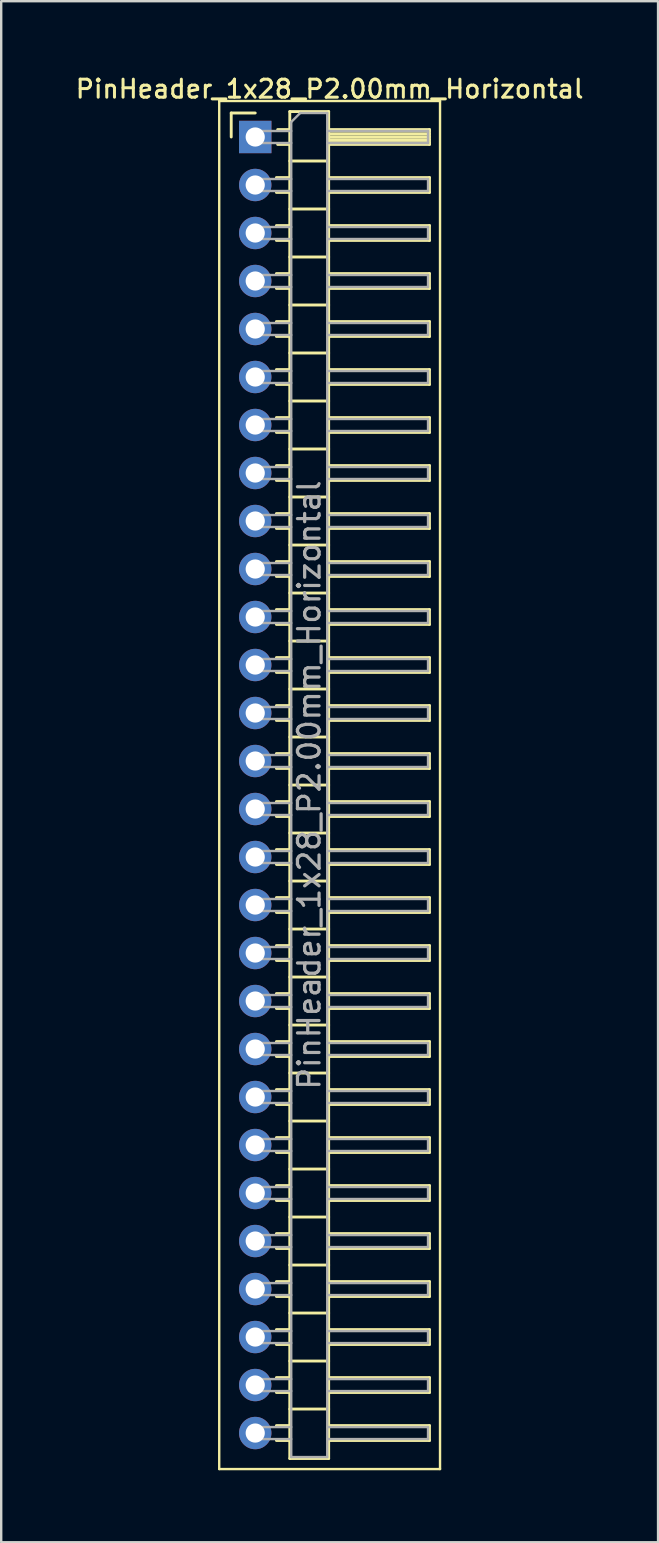
<source format=kicad_pcb>
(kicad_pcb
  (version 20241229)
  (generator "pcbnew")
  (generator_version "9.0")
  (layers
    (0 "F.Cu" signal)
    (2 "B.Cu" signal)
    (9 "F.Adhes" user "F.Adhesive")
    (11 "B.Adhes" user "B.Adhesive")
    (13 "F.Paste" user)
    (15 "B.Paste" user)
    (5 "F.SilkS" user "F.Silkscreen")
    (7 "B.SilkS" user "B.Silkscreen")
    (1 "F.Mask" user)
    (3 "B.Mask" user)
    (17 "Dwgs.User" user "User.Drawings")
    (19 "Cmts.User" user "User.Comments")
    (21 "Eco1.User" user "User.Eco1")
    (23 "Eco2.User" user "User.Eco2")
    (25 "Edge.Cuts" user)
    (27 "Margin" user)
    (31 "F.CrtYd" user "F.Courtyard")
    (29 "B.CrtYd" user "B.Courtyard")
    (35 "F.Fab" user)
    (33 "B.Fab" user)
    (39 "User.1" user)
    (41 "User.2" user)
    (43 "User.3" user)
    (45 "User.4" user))
  (footprint "PinHeader_1x28_P2.00mm_Horizontal"
    (layer "F.Cu")
    (at 7.584 2.658)
    (property "Reference" "PinHeader_1x28_P2.00mm_Horizontal" (at 3.1 -2 0) (layer "F.SilkS") (effects (font (size 0.75 0.75) (thickness 0.125))))
    (attr through_hole)
    (fp_line (start -1.5 -1.5) (end -1.5 55.5) (stroke (width 0.1) (type solid)) (layer "F.SilkS"))
    (fp_line (start -1.5 55.5) (end 7.7 55.5) (stroke (width 0.1) (type solid)) (layer "F.SilkS"))
    (fp_line (start -1 -1) (end 0 -1) (stroke (width 0.12) (type solid)) (layer "F.SilkS"))
    (fp_line (start -1 0) (end -1 -1) (stroke (width 0.12) (type solid)) (layer "F.SilkS"))
    (fp_line (start 0.882 1.69) (end 1.44 1.69) (stroke (width 0.12) (type solid)) (layer "F.SilkS"))
    (fp_line (start 0.882 2.31) (end 1.44 2.31) (stroke (width 0.12) (type solid)) (layer "F.SilkS"))
    (fp_line (start 0.882 3.69) (end 1.44 3.69) (stroke (width 0.12) (type solid)) (layer "F.SilkS"))
    (fp_line (start 0.882 4.31) (end 1.44 4.31) (stroke (width 0.12) (type solid)) (layer "F.SilkS"))
    (fp_line (start 0.882 5.69) (end 1.44 5.69) (stroke (width 0.12) (type solid)) (layer "F.SilkS"))
    (fp_line (start 0.882 6.31) (end 1.44 6.31) (stroke (width 0.12) (type solid)) (layer "F.SilkS"))
    (fp_line (start 0.882 7.69) (end 1.44 7.69) (stroke (width 0.12) (type solid)) (layer "F.SilkS"))
    (fp_line (start 0.882 8.31) (end 1.44 8.31) (stroke (width 0.12) (type solid)) (layer "F.SilkS"))
    (fp_line (start 0.882 9.69) (end 1.44 9.69) (stroke (width 0.12) (type solid)) (layer "F.SilkS"))
    (fp_line (start 0.882 10.31) (end 1.44 10.31) (stroke (width 0.12) (type solid)) (layer "F.SilkS"))
    (fp_line (start 0.882 11.69) (end 1.44 11.69) (stroke (width 0.12) (type solid)) (layer "F.SilkS"))
    (fp_line (start 0.882 12.31) (end 1.44 12.31) (stroke (width 0.12) (type solid)) (layer "F.SilkS"))
    (fp_line (start 0.882 13.69) (end 1.44 13.69) (stroke (width 0.12) (type solid)) (layer "F.SilkS"))
    (fp_line (start 0.882 14.31) (end 1.44 14.31) (stroke (width 0.12) (type solid)) (layer "F.SilkS"))
    (fp_line (start 0.882 15.69) (end 1.44 15.69) (stroke (width 0.12) (type solid)) (layer "F.SilkS"))
    (fp_line (start 0.882 16.31) (end 1.44 16.31) (stroke (width 0.12) (type solid)) (layer "F.SilkS"))
    (fp_line (start 0.882 17.69) (end 1.44 17.69) (stroke (width 0.12) (type solid)) (layer "F.SilkS"))
    (fp_line (start 0.882 18.31) (end 1.44 18.31) (stroke (width 0.12) (type solid)) (layer "F.SilkS"))
    (fp_line (start 0.882 19.69) (end 1.44 19.69) (stroke (width 0.12) (type solid)) (layer "F.SilkS"))
    (fp_line (start 0.882 20.31) (end 1.44 20.31) (stroke (width 0.12) (type solid)) (layer "F.SilkS"))
    (fp_line (start 0.882 21.69) (end 1.44 21.69) (stroke (width 0.12) (type solid)) (layer "F.SilkS"))
    (fp_line (start 0.882 22.31) (end 1.44 22.31) (stroke (width 0.12) (type solid)) (layer "F.SilkS"))
    (fp_line (start 0.882 23.69) (end 1.44 23.69) (stroke (width 0.12) (type solid)) (layer "F.SilkS"))
    (fp_line (start 0.882 24.31) (end 1.44 24.31) (stroke (width 0.12) (type solid)) (layer "F.SilkS"))
    (fp_line (start 0.882 25.69) (end 1.44 25.69) (stroke (width 0.12) (type solid)) (layer "F.SilkS"))
    (fp_line (start 0.882 26.31) (end 1.44 26.31) (stroke (width 0.12) (type solid)) (layer "F.SilkS"))
    (fp_line (start 0.882 27.69) (end 1.44 27.69) (stroke (width 0.12) (type solid)) (layer "F.SilkS"))
    (fp_line (start 0.882 28.31) (end 1.44 28.31) (stroke (width 0.12) (type solid)) (layer "F.SilkS"))
    (fp_line (start 0.882 29.69) (end 1.44 29.69) (stroke (width 0.12) (type solid)) (layer "F.SilkS"))
    (fp_line (start 0.882 30.31) (end 1.44 30.31) (stroke (width 0.12) (type solid)) (layer "F.SilkS"))
    (fp_line (start 0.882 31.69) (end 1.44 31.69) (stroke (width 0.12) (type solid)) (layer "F.SilkS"))
    (fp_line (start 0.882 32.31) (end 1.44 32.31) (stroke (width 0.12) (type solid)) (layer "F.SilkS"))
    (fp_line (start 0.882 33.69) (end 1.44 33.69) (stroke (width 0.12) (type solid)) (layer "F.SilkS"))
    (fp_line (start 0.882 34.31) (end 1.44 34.31) (stroke (width 0.12) (type solid)) (layer "F.SilkS"))
    (fp_line (start 0.882 35.69) (end 1.44 35.69) (stroke (width 0.12) (type solid)) (layer "F.SilkS"))
    (fp_line (start 0.882 36.31) (end 1.44 36.31) (stroke (width 0.12) (type solid)) (layer "F.SilkS"))
    (fp_line (start 0.882 37.69) (end 1.44 37.69) (stroke (width 0.12) (type solid)) (layer "F.SilkS"))
    (fp_line (start 0.882 38.31) (end 1.44 38.31) (stroke (width 0.12) (type solid)) (layer "F.SilkS"))
    (fp_line (start 0.882 39.69) (end 1.44 39.69) (stroke (width 0.12) (type solid)) (layer "F.SilkS"))
    (fp_line (start 0.882 40.31) (end 1.44 40.31) (stroke (width 0.12) (type solid)) (layer "F.SilkS"))
    (fp_line (start 0.882 41.69) (end 1.44 41.69) (stroke (width 0.12) (type solid)) (layer "F.SilkS"))
    (fp_line (start 0.882 42.31) (end 1.44 42.31) (stroke (width 0.12) (type solid)) (layer "F.SilkS"))
    (fp_line (start 0.882 43.69) (end 1.44 43.69) (stroke (width 0.12) (type solid)) (layer "F.SilkS"))
    (fp_line (start 0.882 44.31) (end 1.44 44.31) (stroke (width 0.12) (type solid)) (layer "F.SilkS"))
    (fp_line (start 0.882 45.69) (end 1.44 45.69) (stroke (width 0.12) (type solid)) (layer "F.SilkS"))
    (fp_line (start 0.882 46.31) (end 1.44 46.31) (stroke (width 0.12) (type solid)) (layer "F.SilkS"))
    (fp_line (start 0.882 47.69) (end 1.44 47.69) (stroke (width 0.12) (type solid)) (layer "F.SilkS"))
    (fp_line (start 0.882 48.31) (end 1.44 48.31) (stroke (width 0.12) (type solid)) (layer "F.SilkS"))
    (fp_line (start 0.882 49.69) (end 1.44 49.69) (stroke (width 0.12) (type solid)) (layer "F.SilkS"))
    (fp_line (start 0.882 50.31) (end 1.44 50.31) (stroke (width 0.12) (type solid)) (layer "F.SilkS"))
    (fp_line (start 0.882 51.69) (end 1.44 51.69) (stroke (width 0.12) (type solid)) (layer "F.SilkS"))
    (fp_line (start 0.882 52.31) (end 1.44 52.31) (stroke (width 0.12) (type solid)) (layer "F.SilkS"))
    (fp_line (start 0.882 53.69) (end 1.44 53.69) (stroke (width 0.12) (type solid)) (layer "F.SilkS"))
    (fp_line (start 0.882 54.31) (end 1.44 54.31) (stroke (width 0.12) (type solid)) (layer "F.SilkS"))
    (fp_line (start 0.935 -0.31) (end 1.44 -0.31) (stroke (width 0.12) (type solid)) (layer "F.SilkS"))
    (fp_line (start 0.935 0.31) (end 1.44 0.31) (stroke (width 0.12) (type solid)) (layer "F.SilkS"))
    (fp_line (start 1.44 -1.06) (end 1.44 55.06) (stroke (width 0.12) (type solid)) (layer "F.SilkS"))
    (fp_line (start 1.44 1) (end 3.06 1) (stroke (width 0.12) (type solid)) (layer "F.SilkS"))
    (fp_line (start 1.44 3) (end 3.06 3) (stroke (width 0.12) (type solid)) (layer "F.SilkS"))
    (fp_line (start 1.44 5) (end 3.06 5) (stroke (width 0.12) (type solid)) (layer "F.SilkS"))
    (fp_line (start 1.44 7) (end 3.06 7) (stroke (width 0.12) (type solid)) (layer "F.SilkS"))
    (fp_line (start 1.44 9) (end 3.06 9) (stroke (width 0.12) (type solid)) (layer "F.SilkS"))
    (fp_line (start 1.44 11) (end 3.06 11) (stroke (width 0.12) (type solid)) (layer "F.SilkS"))
    (fp_line (start 1.44 13) (end 3.06 13) (stroke (width 0.12) (type solid)) (layer "F.SilkS"))
    (fp_line (start 1.44 15) (end 3.06 15) (stroke (width 0.12) (type solid)) (layer "F.SilkS"))
    (fp_line (start 1.44 17) (end 3.06 17) (stroke (width 0.12) (type solid)) (layer "F.SilkS"))
    (fp_line (start 1.44 19) (end 3.06 19) (stroke (width 0.12) (type solid)) (layer "F.SilkS"))
    (fp_line (start 1.44 21) (end 3.06 21) (stroke (width 0.12) (type solid)) (layer "F.SilkS"))
    (fp_line (start 1.44 23) (end 3.06 23) (stroke (width 0.12) (type solid)) (layer "F.SilkS"))
    (fp_line (start 1.44 25) (end 3.06 25) (stroke (width 0.12) (type solid)) (layer "F.SilkS"))
    (fp_line (start 1.44 27) (end 3.06 27) (stroke (width 0.12) (type solid)) (layer "F.SilkS"))
    (fp_line (start 1.44 29) (end 3.06 29) (stroke (width 0.12) (type solid)) (layer "F.SilkS"))
    (fp_line (start 1.44 31) (end 3.06 31) (stroke (width 0.12) (type solid)) (layer "F.SilkS"))
    (fp_line (start 1.44 33) (end 3.06 33) (stroke (width 0.12) (type solid)) (layer "F.SilkS"))
    (fp_line (start 1.44 35) (end 3.06 35) (stroke (width 0.12) (type solid)) (layer "F.SilkS"))
    (fp_line (start 1.44 37) (end 3.06 37) (stroke (width 0.12) (type solid)) (layer "F.SilkS"))
    (fp_line (start 1.44 39) (end 3.06 39) (stroke (width 0.12) (type solid)) (layer "F.SilkS"))
    (fp_line (start 1.44 41) (end 3.06 41) (stroke (width 0.12) (type solid)) (layer "F.SilkS"))
    (fp_line (start 1.44 43) (end 3.06 43) (stroke (width 0.12) (type solid)) (layer "F.SilkS"))
    (fp_line (start 1.44 45) (end 3.06 45) (stroke (width 0.12) (type solid)) (layer "F.SilkS"))
    (fp_line (start 1.44 47) (end 3.06 47) (stroke (width 0.12) (type solid)) (layer "F.SilkS"))
    (fp_line (start 1.44 49) (end 3.06 49) (stroke (width 0.12) (type solid)) (layer "F.SilkS"))
    (fp_line (start 1.44 51) (end 3.06 51) (stroke (width 0.12) (type solid)) (layer "F.SilkS"))
    (fp_line (start 1.44 53) (end 3.06 53) (stroke (width 0.12) (type solid)) (layer "F.SilkS"))
    (fp_line (start 1.44 55.06) (end 3.06 55.06) (stroke (width 0.12) (type solid)) (layer "F.SilkS"))
    (fp_line (start 3.06 -1.06) (end 1.44 -1.06) (stroke (width 0.12) (type solid)) (layer "F.SilkS"))
    (fp_line (start 3.06 -0.31) (end 7.26 -0.31) (stroke (width 0.12) (type solid)) (layer "F.SilkS"))
    (fp_line (start 3.06 -0.25) (end 7.26 -0.25) (stroke (width 0.12) (type solid)) (layer "F.SilkS"))
    (fp_line (start 3.06 -0.13) (end 7.26 -0.13) (stroke (width 0.12) (type solid)) (layer "F.SilkS"))
    (fp_line (start 3.06 -0.01) (end 7.26 -0.01) (stroke (width 0.12) (type solid)) (layer "F.SilkS"))
    (fp_line (start 3.06 0.11) (end 7.26 0.11) (stroke (width 0.12) (type solid)) (layer "F.SilkS"))
    (fp_line (start 3.06 0.23) (end 7.26 0.23) (stroke (width 0.12) (type solid)) (layer "F.SilkS"))
    (fp_line (start 3.06 1.69) (end 7.26 1.69) (stroke (width 0.12) (type solid)) (layer "F.SilkS"))
    (fp_line (start 3.06 3.69) (end 7.26 3.69) (stroke (width 0.12) (type solid)) (layer "F.SilkS"))
    (fp_line (start 3.06 5.69) (end 7.26 5.69) (stroke (width 0.12) (type solid)) (layer "F.SilkS"))
    (fp_line (start 3.06 7.69) (end 7.26 7.69) (stroke (width 0.12) (type solid)) (layer "F.SilkS"))
    (fp_line (start 3.06 9.69) (end 7.26 9.69) (stroke (width 0.12) (type solid)) (layer "F.SilkS"))
    (fp_line (start 3.06 11.69) (end 7.26 11.69) (stroke (width 0.12) (type solid)) (layer "F.SilkS"))
    (fp_line (start 3.06 13.69) (end 7.26 13.69) (stroke (width 0.12) (type solid)) (layer "F.SilkS"))
    (fp_line (start 3.06 15.69) (end 7.26 15.69) (stroke (width 0.12) (type solid)) (layer "F.SilkS"))
    (fp_line (start 3.06 17.69) (end 7.26 17.69) (stroke (width 0.12) (type solid)) (layer "F.SilkS"))
    (fp_line (start 3.06 19.69) (end 7.26 19.69) (stroke (width 0.12) (type solid)) (layer "F.SilkS"))
    (fp_line (start 3.06 21.69) (end 7.26 21.69) (stroke (width 0.12) (type solid)) (layer "F.SilkS"))
    (fp_line (start 3.06 23.69) (end 7.26 23.69) (stroke (width 0.12) (type solid)) (layer "F.SilkS"))
    (fp_line (start 3.06 25.69) (end 7.26 25.69) (stroke (width 0.12) (type solid)) (layer "F.SilkS"))
    (fp_line (start 3.06 27.69) (end 7.26 27.69) (stroke (width 0.12) (type solid)) (layer "F.SilkS"))
    (fp_line (start 3.06 29.69) (end 7.26 29.69) (stroke (width 0.12) (type solid)) (layer "F.SilkS"))
    (fp_line (start 3.06 31.69) (end 7.26 31.69) (stroke (width 0.12) (type solid)) (layer "F.SilkS"))
    (fp_line (start 3.06 33.69) (end 7.26 33.69) (stroke (width 0.12) (type solid)) (layer "F.SilkS"))
    (fp_line (start 3.06 35.69) (end 7.26 35.69) (stroke (width 0.12) (type solid)) (layer "F.SilkS"))
    (fp_line (start 3.06 37.69) (end 7.26 37.69) (stroke (width 0.12) (type solid)) (layer "F.SilkS"))
    (fp_line (start 3.06 39.69) (end 7.26 39.69) (stroke (width 0.12) (type solid)) (layer "F.SilkS"))
    (fp_line (start 3.06 41.69) (end 7.26 41.69) (stroke (width 0.12) (type solid)) (layer "F.SilkS"))
    (fp_line (start 3.06 43.69) (end 7.26 43.69) (stroke (width 0.12) (type solid)) (layer "F.SilkS"))
    (fp_line (start 3.06 45.69) (end 7.26 45.69) (stroke (width 0.12) (type solid)) (layer "F.SilkS"))
    (fp_line (start 3.06 47.69) (end 7.26 47.69) (stroke (width 0.12) (type solid)) (layer "F.SilkS"))
    (fp_line (start 3.06 49.69) (end 7.26 49.69) (stroke (width 0.12) (type solid)) (layer "F.SilkS"))
    (fp_line (start 3.06 51.69) (end 7.26 51.69) (stroke (width 0.12) (type solid)) (layer "F.SilkS"))
    (fp_line (start 3.06 53.69) (end 7.26 53.69) (stroke (width 0.12) (type solid)) (layer "F.SilkS"))
    (fp_line (start 3.06 55.06) (end 3.06 -1.06) (stroke (width 0.12) (type solid)) (layer "F.SilkS"))
    (fp_line (start 7.26 -0.31) (end 7.26 0.31) (stroke (width 0.12) (type solid)) (layer "F.SilkS"))
    (fp_line (start 7.26 0.31) (end 3.06 0.31) (stroke (width 0.12) (type solid)) (layer "F.SilkS"))
    (fp_line (start 7.26 1.69) (end 7.26 2.31) (stroke (width 0.12) (type solid)) (layer "F.SilkS"))
    (fp_line (start 7.26 2.31) (end 3.06 2.31) (stroke (width 0.12) (type solid)) (layer "F.SilkS"))
    (fp_line (start 7.26 3.69) (end 7.26 4.31) (stroke (width 0.12) (type solid)) (layer "F.SilkS"))
    (fp_line (start 7.26 4.31) (end 3.06 4.31) (stroke (width 0.12) (type solid)) (layer "F.SilkS"))
    (fp_line (start 7.26 5.69) (end 7.26 6.31) (stroke (width 0.12) (type solid)) (layer "F.SilkS"))
    (fp_line (start 7.26 6.31) (end 3.06 6.31) (stroke (width 0.12) (type solid)) (layer "F.SilkS"))
    (fp_line (start 7.26 7.69) (end 7.26 8.31) (stroke (width 0.12) (type solid)) (layer "F.SilkS"))
    (fp_line (start 7.26 8.31) (end 3.06 8.31) (stroke (width 0.12) (type solid)) (layer "F.SilkS"))
    (fp_line (start 7.26 9.69) (end 7.26 10.31) (stroke (width 0.12) (type solid)) (layer "F.SilkS"))
    (fp_line (start 7.26 10.31) (end 3.06 10.31) (stroke (width 0.12) (type solid)) (layer "F.SilkS"))
    (fp_line (start 7.26 11.69) (end 7.26 12.31) (stroke (width 0.12) (type solid)) (layer "F.SilkS"))
    (fp_line (start 7.26 12.31) (end 3.06 12.31) (stroke (width 0.12) (type solid)) (layer "F.SilkS"))
    (fp_line (start 7.26 13.69) (end 7.26 14.31) (stroke (width 0.12) (type solid)) (layer "F.SilkS"))
    (fp_line (start 7.26 14.31) (end 3.06 14.31) (stroke (width 0.12) (type solid)) (layer "F.SilkS"))
    (fp_line (start 7.26 15.69) (end 7.26 16.31) (stroke (width 0.12) (type solid)) (layer "F.SilkS"))
    (fp_line (start 7.26 16.31) (end 3.06 16.31) (stroke (width 0.12) (type solid)) (layer "F.SilkS"))
    (fp_line (start 7.26 17.69) (end 7.26 18.31) (stroke (width 0.12) (type solid)) (layer "F.SilkS"))
    (fp_line (start 7.26 18.31) (end 3.06 18.31) (stroke (width 0.12) (type solid)) (layer "F.SilkS"))
    (fp_line (start 7.26 19.69) (end 7.26 20.31) (stroke (width 0.12) (type solid)) (layer "F.SilkS"))
    (fp_line (start 7.26 20.31) (end 3.06 20.31) (stroke (width 0.12) (type solid)) (layer "F.SilkS"))
    (fp_line (start 7.26 21.69) (end 7.26 22.31) (stroke (width 0.12) (type solid)) (layer "F.SilkS"))
    (fp_line (start 7.26 22.31) (end 3.06 22.31) (stroke (width 0.12) (type solid)) (layer "F.SilkS"))
    (fp_line (start 7.26 23.69) (end 7.26 24.31) (stroke (width 0.12) (type solid)) (layer "F.SilkS"))
    (fp_line (start 7.26 24.31) (end 3.06 24.31) (stroke (width 0.12) (type solid)) (layer "F.SilkS"))
    (fp_line (start 7.26 25.69) (end 7.26 26.31) (stroke (width 0.12) (type solid)) (layer "F.SilkS"))
    (fp_line (start 7.26 26.31) (end 3.06 26.31) (stroke (width 0.12) (type solid)) (layer "F.SilkS"))
    (fp_line (start 7.26 27.69) (end 7.26 28.31) (stroke (width 0.12) (type solid)) (layer "F.SilkS"))
    (fp_line (start 7.26 28.31) (end 3.06 28.31) (stroke (width 0.12) (type solid)) (layer "F.SilkS"))
    (fp_line (start 7.26 29.69) (end 7.26 30.31) (stroke (width 0.12) (type solid)) (layer "F.SilkS"))
    (fp_line (start 7.26 30.31) (end 3.06 30.31) (stroke (width 0.12) (type solid)) (layer "F.SilkS"))
    (fp_line (start 7.26 31.69) (end 7.26 32.31) (stroke (width 0.12) (type solid)) (layer "F.SilkS"))
    (fp_line (start 7.26 32.31) (end 3.06 32.31) (stroke (width 0.12) (type solid)) (layer "F.SilkS"))
    (fp_line (start 7.26 33.69) (end 7.26 34.31) (stroke (width 0.12) (type solid)) (layer "F.SilkS"))
    (fp_line (start 7.26 34.31) (end 3.06 34.31) (stroke (width 0.12) (type solid)) (layer "F.SilkS"))
    (fp_line (start 7.26 35.69) (end 7.26 36.31) (stroke (width 0.12) (type solid)) (layer "F.SilkS"))
    (fp_line (start 7.26 36.31) (end 3.06 36.31) (stroke (width 0.12) (type solid)) (layer "F.SilkS"))
    (fp_line (start 7.26 37.69) (end 7.26 38.31) (stroke (width 0.12) (type solid)) (layer "F.SilkS"))
    (fp_line (start 7.26 38.31) (end 3.06 38.31) (stroke (width 0.12) (type solid)) (layer "F.SilkS"))
    (fp_line (start 7.26 39.69) (end 7.26 40.31) (stroke (width 0.12) (type solid)) (layer "F.SilkS"))
    (fp_line (start 7.26 40.31) (end 3.06 40.31) (stroke (width 0.12) (type solid)) (layer "F.SilkS"))
    (fp_line (start 7.26 41.69) (end 7.26 42.31) (stroke (width 0.12) (type solid)) (layer "F.SilkS"))
    (fp_line (start 7.26 42.31) (end 3.06 42.31) (stroke (width 0.12) (type solid)) (layer "F.SilkS"))
    (fp_line (start 7.26 43.69) (end 7.26 44.31) (stroke (width 0.12) (type solid)) (layer "F.SilkS"))
    (fp_line (start 7.26 44.31) (end 3.06 44.31) (stroke (width 0.12) (type solid)) (layer "F.SilkS"))
    (fp_line (start 7.26 45.69) (end 7.26 46.31) (stroke (width 0.12) (type solid)) (layer "F.SilkS"))
    (fp_line (start 7.26 46.31) (end 3.06 46.31) (stroke (width 0.12) (type solid)) (layer "F.SilkS"))
    (fp_line (start 7.26 47.69) (end 7.26 48.31) (stroke (width 0.12) (type solid)) (layer "F.SilkS"))
    (fp_line (start 7.26 48.31) (end 3.06 48.31) (stroke (width 0.12) (type solid)) (layer "F.SilkS"))
    (fp_line (start 7.26 49.69) (end 7.26 50.31) (stroke (width 0.12) (type solid)) (layer "F.SilkS"))
    (fp_line (start 7.26 50.31) (end 3.06 50.31) (stroke (width 0.12) (type solid)) (layer "F.SilkS"))
    (fp_line (start 7.26 51.69) (end 7.26 52.31) (stroke (width 0.12) (type solid)) (layer "F.SilkS"))
    (fp_line (start 7.26 52.31) (end 3.06 52.31) (stroke (width 0.12) (type solid)) (layer "F.SilkS"))
    (fp_line (start 7.26 53.69) (end 7.26 54.31) (stroke (width 0.12) (type solid)) (layer "F.SilkS"))
    (fp_line (start 7.26 54.31) (end 3.06 54.31) (stroke (width 0.12) (type solid)) (layer "F.SilkS"))
    (fp_line (start 7.7 -1.5) (end -1.5 -1.5) (stroke (width 0.1) (type solid)) (layer "F.SilkS"))
    (fp_line (start 7.7 55.5) (end 7.7 -1.5) (stroke (width 0.1) (type solid)) (layer "F.SilkS"))
    (fp_line (start -0.25 -0.25) (end -0.25 0.25) (stroke (width 0.1) (type solid)) (layer "F.Fab"))
    (fp_line (start -0.25 -0.25) (end 1.5 -0.25) (stroke (width 0.1) (type solid)) (layer "F.Fab"))
    (fp_line (start -0.25 0.25) (end 1.5 0.25) (stroke (width 0.1) (type solid)) (layer "F.Fab"))
    (fp_line (start -0.25 1.75) (end -0.25 2.25) (stroke (width 0.1) (type solid)) (layer "F.Fab"))
    (fp_line (start -0.25 1.75) (end 1.5 1.75) (stroke (width 0.1) (type solid)) (layer "F.Fab"))
    (fp_line (start -0.25 2.25) (end 1.5 2.25) (stroke (width 0.1) (type solid)) (layer "F.Fab"))
    (fp_line (start -0.25 3.75) (end -0.25 4.25) (stroke (width 0.1) (type solid)) (layer "F.Fab"))
    (fp_line (start -0.25 3.75) (end 1.5 3.75) (stroke (width 0.1) (type solid)) (layer "F.Fab"))
    (fp_line (start -0.25 4.25) (end 1.5 4.25) (stroke (width 0.1) (type solid)) (layer "F.Fab"))
    (fp_line (start -0.25 5.75) (end -0.25 6.25) (stroke (width 0.1) (type solid)) (layer "F.Fab"))
    (fp_line (start -0.25 5.75) (end 1.5 5.75) (stroke (width 0.1) (type solid)) (layer "F.Fab"))
    (fp_line (start -0.25 6.25) (end 1.5 6.25) (stroke (width 0.1) (type solid)) (layer "F.Fab"))
    (fp_line (start -0.25 7.75) (end -0.25 8.25) (stroke (width 0.1) (type solid)) (layer "F.Fab"))
    (fp_line (start -0.25 7.75) (end 1.5 7.75) (stroke (width 0.1) (type solid)) (layer "F.Fab"))
    (fp_line (start -0.25 8.25) (end 1.5 8.25) (stroke (width 0.1) (type solid)) (layer "F.Fab"))
    (fp_line (start -0.25 9.75) (end -0.25 10.25) (stroke (width 0.1) (type solid)) (layer "F.Fab"))
    (fp_line (start -0.25 9.75) (end 1.5 9.75) (stroke (width 0.1) (type solid)) (layer "F.Fab"))
    (fp_line (start -0.25 10.25) (end 1.5 10.25) (stroke (width 0.1) (type solid)) (layer "F.Fab"))
    (fp_line (start -0.25 11.75) (end -0.25 12.25) (stroke (width 0.1) (type solid)) (layer "F.Fab"))
    (fp_line (start -0.25 11.75) (end 1.5 11.75) (stroke (width 0.1) (type solid)) (layer "F.Fab"))
    (fp_line (start -0.25 12.25) (end 1.5 12.25) (stroke (width 0.1) (type solid)) (layer "F.Fab"))
    (fp_line (start -0.25 13.75) (end -0.25 14.25) (stroke (width 0.1) (type solid)) (layer "F.Fab"))
    (fp_line (start -0.25 13.75) (end 1.5 13.75) (stroke (width 0.1) (type solid)) (layer "F.Fab"))
    (fp_line (start -0.25 14.25) (end 1.5 14.25) (stroke (width 0.1) (type solid)) (layer "F.Fab"))
    (fp_line (start -0.25 15.75) (end -0.25 16.25) (stroke (width 0.1) (type solid)) (layer "F.Fab"))
    (fp_line (start -0.25 15.75) (end 1.5 15.75) (stroke (width 0.1) (type solid)) (layer "F.Fab"))
    (fp_line (start -0.25 16.25) (end 1.5 16.25) (stroke (width 0.1) (type solid)) (layer "F.Fab"))
    (fp_line (start -0.25 17.75) (end -0.25 18.25) (stroke (width 0.1) (type solid)) (layer "F.Fab"))
    (fp_line (start -0.25 17.75) (end 1.5 17.75) (stroke (width 0.1) (type solid)) (layer "F.Fab"))
    (fp_line (start -0.25 18.25) (end 1.5 18.25) (stroke (width 0.1) (type solid)) (layer "F.Fab"))
    (fp_line (start -0.25 19.75) (end -0.25 20.25) (stroke (width 0.1) (type solid)) (layer "F.Fab"))
    (fp_line (start -0.25 19.75) (end 1.5 19.75) (stroke (width 0.1) (type solid)) (layer "F.Fab"))
    (fp_line (start -0.25 20.25) (end 1.5 20.25) (stroke (width 0.1) (type solid)) (layer "F.Fab"))
    (fp_line (start -0.25 21.75) (end -0.25 22.25) (stroke (width 0.1) (type solid)) (layer "F.Fab"))
    (fp_line (start -0.25 21.75) (end 1.5 21.75) (stroke (width 0.1) (type solid)) (layer "F.Fab"))
    (fp_line (start -0.25 22.25) (end 1.5 22.25) (stroke (width 0.1) (type solid)) (layer "F.Fab"))
    (fp_line (start -0.25 23.75) (end -0.25 24.25) (stroke (width 0.1) (type solid)) (layer "F.Fab"))
    (fp_line (start -0.25 23.75) (end 1.5 23.75) (stroke (width 0.1) (type solid)) (layer "F.Fab"))
    (fp_line (start -0.25 24.25) (end 1.5 24.25) (stroke (width 0.1) (type solid)) (layer "F.Fab"))
    (fp_line (start -0.25 25.75) (end -0.25 26.25) (stroke (width 0.1) (type solid)) (layer "F.Fab"))
    (fp_line (start -0.25 25.75) (end 1.5 25.75) (stroke (width 0.1) (type solid)) (layer "F.Fab"))
    (fp_line (start -0.25 26.25) (end 1.5 26.25) (stroke (width 0.1) (type solid)) (layer "F.Fab"))
    (fp_line (start -0.25 27.75) (end -0.25 28.25) (stroke (width 0.1) (type solid)) (layer "F.Fab"))
    (fp_line (start -0.25 27.75) (end 1.5 27.75) (stroke (width 0.1) (type solid)) (layer "F.Fab"))
    (fp_line (start -0.25 28.25) (end 1.5 28.25) (stroke (width 0.1) (type solid)) (layer "F.Fab"))
    (fp_line (start -0.25 29.75) (end -0.25 30.25) (stroke (width 0.1) (type solid)) (layer "F.Fab"))
    (fp_line (start -0.25 29.75) (end 1.5 29.75) (stroke (width 0.1) (type solid)) (layer "F.Fab"))
    (fp_line (start -0.25 30.25) (end 1.5 30.25) (stroke (width 0.1) (type solid)) (layer "F.Fab"))
    (fp_line (start -0.25 31.75) (end -0.25 32.25) (stroke (width 0.1) (type solid)) (layer "F.Fab"))
    (fp_line (start -0.25 31.75) (end 1.5 31.75) (stroke (width 0.1) (type solid)) (layer "F.Fab"))
    (fp_line (start -0.25 32.25) (end 1.5 32.25) (stroke (width 0.1) (type solid)) (layer "F.Fab"))
    (fp_line (start -0.25 33.75) (end -0.25 34.25) (stroke (width 0.1) (type solid)) (layer "F.Fab"))
    (fp_line (start -0.25 33.75) (end 1.5 33.75) (stroke (width 0.1) (type solid)) (layer "F.Fab"))
    (fp_line (start -0.25 34.25) (end 1.5 34.25) (stroke (width 0.1) (type solid)) (layer "F.Fab"))
    (fp_line (start -0.25 35.75) (end -0.25 36.25) (stroke (width 0.1) (type solid)) (layer "F.Fab"))
    (fp_line (start -0.25 35.75) (end 1.5 35.75) (stroke (width 0.1) (type solid)) (layer "F.Fab"))
    (fp_line (start -0.25 36.25) (end 1.5 36.25) (stroke (width 0.1) (type solid)) (layer "F.Fab"))
    (fp_line (start -0.25 37.75) (end -0.25 38.25) (stroke (width 0.1) (type solid)) (layer "F.Fab"))
    (fp_line (start -0.25 37.75) (end 1.5 37.75) (stroke (width 0.1) (type solid)) (layer "F.Fab"))
    (fp_line (start -0.25 38.25) (end 1.5 38.25) (stroke (width 0.1) (type solid)) (layer "F.Fab"))
    (fp_line (start -0.25 39.75) (end -0.25 40.25) (stroke (width 0.1) (type solid)) (layer "F.Fab"))
    (fp_line (start -0.25 39.75) (end 1.5 39.75) (stroke (width 0.1) (type solid)) (layer "F.Fab"))
    (fp_line (start -0.25 40.25) (end 1.5 40.25) (stroke (width 0.1) (type solid)) (layer "F.Fab"))
    (fp_line (start -0.25 41.75) (end -0.25 42.25) (stroke (width 0.1) (type solid)) (layer "F.Fab"))
    (fp_line (start -0.25 41.75) (end 1.5 41.75) (stroke (width 0.1) (type solid)) (layer "F.Fab"))
    (fp_line (start -0.25 42.25) (end 1.5 42.25) (stroke (width 0.1) (type solid)) (layer "F.Fab"))
    (fp_line (start -0.25 43.75) (end -0.25 44.25) (stroke (width 0.1) (type solid)) (layer "F.Fab"))
    (fp_line (start -0.25 43.75) (end 1.5 43.75) (stroke (width 0.1) (type solid)) (layer "F.Fab"))
    (fp_line (start -0.25 44.25) (end 1.5 44.25) (stroke (width 0.1) (type solid)) (layer "F.Fab"))
    (fp_line (start -0.25 45.75) (end -0.25 46.25) (stroke (width 0.1) (type solid)) (layer "F.Fab"))
    (fp_line (start -0.25 45.75) (end 1.5 45.75) (stroke (width 0.1) (type solid)) (layer "F.Fab"))
    (fp_line (start -0.25 46.25) (end 1.5 46.25) (stroke (width 0.1) (type solid)) (layer "F.Fab"))
    (fp_line (start -0.25 47.75) (end -0.25 48.25) (stroke (width 0.1) (type solid)) (layer "F.Fab"))
    (fp_line (start -0.25 47.75) (end 1.5 47.75) (stroke (width 0.1) (type solid)) (layer "F.Fab"))
    (fp_line (start -0.25 48.25) (end 1.5 48.25) (stroke (width 0.1) (type solid)) (layer "F.Fab"))
    (fp_line (start -0.25 49.75) (end -0.25 50.25) (stroke (width 0.1) (type solid)) (layer "F.Fab"))
    (fp_line (start -0.25 49.75) (end 1.5 49.75) (stroke (width 0.1) (type solid)) (layer "F.Fab"))
    (fp_line (start -0.25 50.25) (end 1.5 50.25) (stroke (width 0.1) (type solid)) (layer "F.Fab"))
    (fp_line (start -0.25 51.75) (end -0.25 52.25) (stroke (width 0.1) (type solid)) (layer "F.Fab"))
    (fp_line (start -0.25 51.75) (end 1.5 51.75) (stroke (width 0.1) (type solid)) (layer "F.Fab"))
    (fp_line (start -0.25 52.25) (end 1.5 52.25) (stroke (width 0.1) (type solid)) (layer "F.Fab"))
    (fp_line (start -0.25 53.75) (end -0.25 54.25) (stroke (width 0.1) (type solid)) (layer "F.Fab"))
    (fp_line (start -0.25 53.75) (end 1.5 53.75) (stroke (width 0.1) (type solid)) (layer "F.Fab"))
    (fp_line (start -0.25 54.25) (end 1.5 54.25) (stroke (width 0.1) (type solid)) (layer "F.Fab"))
    (fp_line (start 1.5 -0.625) (end 1.875 -1) (stroke (width 0.1) (type solid)) (layer "F.Fab"))
    (fp_line (start 1.5 55) (end 1.5 -0.625) (stroke (width 0.1) (type solid)) (layer "F.Fab"))
    (fp_line (start 1.875 -1) (end 3 -1) (stroke (width 0.1) (type solid)) (layer "F.Fab"))
    (fp_line (start 3 -1) (end 3 55) (stroke (width 0.1) (type solid)) (layer "F.Fab"))
    (fp_line (start 3 -0.25) (end 7.2 -0.25) (stroke (width 0.1) (type solid)) (layer "F.Fab"))
    (fp_line (start 3 0.25) (end 7.2 0.25) (stroke (width 0.1) (type solid)) (layer "F.Fab"))
    (fp_line (start 3 1.75) (end 7.2 1.75) (stroke (width 0.1) (type solid)) (layer "F.Fab"))
    (fp_line (start 3 2.25) (end 7.2 2.25) (stroke (width 0.1) (type solid)) (layer "F.Fab"))
    (fp_line (start 3 3.75) (end 7.2 3.75) (stroke (width 0.1) (type solid)) (layer "F.Fab"))
    (fp_line (start 3 4.25) (end 7.2 4.25) (stroke (width 0.1) (type solid)) (layer "F.Fab"))
    (fp_line (start 3 5.75) (end 7.2 5.75) (stroke (width 0.1) (type solid)) (layer "F.Fab"))
    (fp_line (start 3 6.25) (end 7.2 6.25) (stroke (width 0.1) (type solid)) (layer "F.Fab"))
    (fp_line (start 3 7.75) (end 7.2 7.75) (stroke (width 0.1) (type solid)) (layer "F.Fab"))
    (fp_line (start 3 8.25) (end 7.2 8.25) (stroke (width 0.1) (type solid)) (layer "F.Fab"))
    (fp_line (start 3 9.75) (end 7.2 9.75) (stroke (width 0.1) (type solid)) (layer "F.Fab"))
    (fp_line (start 3 10.25) (end 7.2 10.25) (stroke (width 0.1) (type solid)) (layer "F.Fab"))
    (fp_line (start 3 11.75) (end 7.2 11.75) (stroke (width 0.1) (type solid)) (layer "F.Fab"))
    (fp_line (start 3 12.25) (end 7.2 12.25) (stroke (width 0.1) (type solid)) (layer "F.Fab"))
    (fp_line (start 3 13.75) (end 7.2 13.75) (stroke (width 0.1) (type solid)) (layer "F.Fab"))
    (fp_line (start 3 14.25) (end 7.2 14.25) (stroke (width 0.1) (type solid)) (layer "F.Fab"))
    (fp_line (start 3 15.75) (end 7.2 15.75) (stroke (width 0.1) (type solid)) (layer "F.Fab"))
    (fp_line (start 3 16.25) (end 7.2 16.25) (stroke (width 0.1) (type solid)) (layer "F.Fab"))
    (fp_line (start 3 17.75) (end 7.2 17.75) (stroke (width 0.1) (type solid)) (layer "F.Fab"))
    (fp_line (start 3 18.25) (end 7.2 18.25) (stroke (width 0.1) (type solid)) (layer "F.Fab"))
    (fp_line (start 3 19.75) (end 7.2 19.75) (stroke (width 0.1) (type solid)) (layer "F.Fab"))
    (fp_line (start 3 20.25) (end 7.2 20.25) (stroke (width 0.1) (type solid)) (layer "F.Fab"))
    (fp_line (start 3 21.75) (end 7.2 21.75) (stroke (width 0.1) (type solid)) (layer "F.Fab"))
    (fp_line (start 3 22.25) (end 7.2 22.25) (stroke (width 0.1) (type solid)) (layer "F.Fab"))
    (fp_line (start 3 23.75) (end 7.2 23.75) (stroke (width 0.1) (type solid)) (layer "F.Fab"))
    (fp_line (start 3 24.25) (end 7.2 24.25) (stroke (width 0.1) (type solid)) (layer "F.Fab"))
    (fp_line (start 3 25.75) (end 7.2 25.75) (stroke (width 0.1) (type solid)) (layer "F.Fab"))
    (fp_line (start 3 26.25) (end 7.2 26.25) (stroke (width 0.1) (type solid)) (layer "F.Fab"))
    (fp_line (start 3 27.75) (end 7.2 27.75) (stroke (width 0.1) (type solid)) (layer "F.Fab"))
    (fp_line (start 3 28.25) (end 7.2 28.25) (stroke (width 0.1) (type solid)) (layer "F.Fab"))
    (fp_line (start 3 29.75) (end 7.2 29.75) (stroke (width 0.1) (type solid)) (layer "F.Fab"))
    (fp_line (start 3 30.25) (end 7.2 30.25) (stroke (width 0.1) (type solid)) (layer "F.Fab"))
    (fp_line (start 3 31.75) (end 7.2 31.75) (stroke (width 0.1) (type solid)) (layer "F.Fab"))
    (fp_line (start 3 32.25) (end 7.2 32.25) (stroke (width 0.1) (type solid)) (layer "F.Fab"))
    (fp_line (start 3 33.75) (end 7.2 33.75) (stroke (width 0.1) (type solid)) (layer "F.Fab"))
    (fp_line (start 3 34.25) (end 7.2 34.25) (stroke (width 0.1) (type solid)) (layer "F.Fab"))
    (fp_line (start 3 35.75) (end 7.2 35.75) (stroke (width 0.1) (type solid)) (layer "F.Fab"))
    (fp_line (start 3 36.25) (end 7.2 36.25) (stroke (width 0.1) (type solid)) (layer "F.Fab"))
    (fp_line (start 3 37.75) (end 7.2 37.75) (stroke (width 0.1) (type solid)) (layer "F.Fab"))
    (fp_line (start 3 38.25) (end 7.2 38.25) (stroke (width 0.1) (type solid)) (layer "F.Fab"))
    (fp_line (start 3 39.75) (end 7.2 39.75) (stroke (width 0.1) (type solid)) (layer "F.Fab"))
    (fp_line (start 3 40.25) (end 7.2 40.25) (stroke (width 0.1) (type solid)) (layer "F.Fab"))
    (fp_line (start 3 41.75) (end 7.2 41.75) (stroke (width 0.1) (type solid)) (layer "F.Fab"))
    (fp_line (start 3 42.25) (end 7.2 42.25) (stroke (width 0.1) (type solid)) (layer "F.Fab"))
    (fp_line (start 3 43.75) (end 7.2 43.75) (stroke (width 0.1) (type solid)) (layer "F.Fab"))
    (fp_line (start 3 44.25) (end 7.2 44.25) (stroke (width 0.1) (type solid)) (layer "F.Fab"))
    (fp_line (start 3 45.75) (end 7.2 45.75) (stroke (width 0.1) (type solid)) (layer "F.Fab"))
    (fp_line (start 3 46.25) (end 7.2 46.25) (stroke (width 0.1) (type solid)) (layer "F.Fab"))
    (fp_line (start 3 47.75) (end 7.2 47.75) (stroke (width 0.1) (type solid)) (layer "F.Fab"))
    (fp_line (start 3 48.25) (end 7.2 48.25) (stroke (width 0.1) (type solid)) (layer "F.Fab"))
    (fp_line (start 3 49.75) (end 7.2 49.75) (stroke (width 0.1) (type solid)) (layer "F.Fab"))
    (fp_line (start 3 50.25) (end 7.2 50.25) (stroke (width 0.1) (type solid)) (layer "F.Fab"))
    (fp_line (start 3 51.75) (end 7.2 51.75) (stroke (width 0.1) (type solid)) (layer "F.Fab"))
    (fp_line (start 3 52.25) (end 7.2 52.25) (stroke (width 0.1) (type solid)) (layer "F.Fab"))
    (fp_line (start 3 53.75) (end 7.2 53.75) (stroke (width 0.1) (type solid)) (layer "F.Fab"))
    (fp_line (start 3 54.25) (end 7.2 54.25) (stroke (width 0.1) (type solid)) (layer "F.Fab"))
    (fp_line (start 3 55) (end 1.5 55) (stroke (width 0.1) (type solid)) (layer "F.Fab"))
    (fp_line (start 7.2 -0.25) (end 7.2 0.25) (stroke (width 0.1) (type solid)) (layer "F.Fab"))
    (fp_line (start 7.2 1.75) (end 7.2 2.25) (stroke (width 0.1) (type solid)) (layer "F.Fab"))
    (fp_line (start 7.2 3.75) (end 7.2 4.25) (stroke (width 0.1) (type solid)) (layer "F.Fab"))
    (fp_line (start 7.2 5.75) (end 7.2 6.25) (stroke (width 0.1) (type solid)) (layer "F.Fab"))
    (fp_line (start 7.2 7.75) (end 7.2 8.25) (stroke (width 0.1) (type solid)) (layer "F.Fab"))
    (fp_line (start 7.2 9.75) (end 7.2 10.25) (stroke (width 0.1) (type solid)) (layer "F.Fab"))
    (fp_line (start 7.2 11.75) (end 7.2 12.25) (stroke (width 0.1) (type solid)) (layer "F.Fab"))
    (fp_line (start 7.2 13.75) (end 7.2 14.25) (stroke (width 0.1) (type solid)) (layer "F.Fab"))
    (fp_line (start 7.2 15.75) (end 7.2 16.25) (stroke (width 0.1) (type solid)) (layer "F.Fab"))
    (fp_line (start 7.2 17.75) (end 7.2 18.25) (stroke (width 0.1) (type solid)) (layer "F.Fab"))
    (fp_line (start 7.2 19.75) (end 7.2 20.25) (stroke (width 0.1) (type solid)) (layer "F.Fab"))
    (fp_line (start 7.2 21.75) (end 7.2 22.25) (stroke (width 0.1) (type solid)) (layer "F.Fab"))
    (fp_line (start 7.2 23.75) (end 7.2 24.25) (stroke (width 0.1) (type solid)) (layer "F.Fab"))
    (fp_line (start 7.2 25.75) (end 7.2 26.25) (stroke (width 0.1) (type solid)) (layer "F.Fab"))
    (fp_line (start 7.2 27.75) (end 7.2 28.25) (stroke (width 0.1) (type solid)) (layer "F.Fab"))
    (fp_line (start 7.2 29.75) (end 7.2 30.25) (stroke (width 0.1) (type solid)) (layer "F.Fab"))
    (fp_line (start 7.2 31.75) (end 7.2 32.25) (stroke (width 0.1) (type solid)) (layer "F.Fab"))
    (fp_line (start 7.2 33.75) (end 7.2 34.25) (stroke (width 0.1) (type solid)) (layer "F.Fab"))
    (fp_line (start 7.2 35.75) (end 7.2 36.25) (stroke (width 0.1) (type solid)) (layer "F.Fab"))
    (fp_line (start 7.2 37.75) (end 7.2 38.25) (stroke (width 0.1) (type solid)) (layer "F.Fab"))
    (fp_line (start 7.2 39.75) (end 7.2 40.25) (stroke (width 0.1) (type solid)) (layer "F.Fab"))
    (fp_line (start 7.2 41.75) (end 7.2 42.25) (stroke (width 0.1) (type solid)) (layer "F.Fab"))
    (fp_line (start 7.2 43.75) (end 7.2 44.25) (stroke (width 0.1) (type solid)) (layer "F.Fab"))
    (fp_line (start 7.2 45.75) (end 7.2 46.25) (stroke (width 0.1) (type solid)) (layer "F.Fab"))
    (fp_line (start 7.2 47.75) (end 7.2 48.25) (stroke (width 0.1) (type solid)) (layer "F.Fab"))
    (fp_line (start 7.2 49.75) (end 7.2 50.25) (stroke (width 0.1) (type solid)) (layer "F.Fab"))
    (fp_line (start 7.2 51.75) (end 7.2 52.25) (stroke (width 0.1) (type solid)) (layer "F.Fab"))
    (fp_line (start 7.2 53.75) (end 7.2 54.25) (stroke (width 0.1) (type solid)) (layer "F.Fab"))
    (fp_text user "${REFERENCE}" (at 2.25 27 90) (layer "F.Fab") (effects (font (size 0.9 0.9) (thickness 0.135))))
    (pad "1" thru_hole rect (at 0 0) (size 1.35 1.35) (drill 0.8) (layers "*.Cu" "*.Mask"))
    (pad "2" thru_hole oval (at 0 2) (size 1.35 1.35) (drill 0.8) (layers "*.Cu" "*.Mask"))
    (pad "3" thru_hole oval (at 0 4) (size 1.35 1.35) (drill 0.8) (layers "*.Cu" "*.Mask"))
    (pad "4" thru_hole oval (at 0 6) (size 1.35 1.35) (drill 0.8) (layers "*.Cu" "*.Mask"))
    (pad "5" thru_hole oval (at 0 8) (size 1.35 1.35) (drill 0.8) (layers "*.Cu" "*.Mask"))
    (pad "6" thru_hole oval (at 0 10) (size 1.35 1.35) (drill 0.8) (layers "*.Cu" "*.Mask"))
    (pad "7" thru_hole oval (at 0 12) (size 1.35 1.35) (drill 0.8) (layers "*.Cu" "*.Mask"))
    (pad "8" thru_hole oval (at 0 14) (size 1.35 1.35) (drill 0.8) (layers "*.Cu" "*.Mask"))
    (pad "9" thru_hole oval (at 0 16) (size 1.35 1.35) (drill 0.8) (layers "*.Cu" "*.Mask"))
    (pad "10" thru_hole oval (at 0 18) (size 1.35 1.35) (drill 0.8) (layers "*.Cu" "*.Mask"))
    (pad "11" thru_hole oval (at 0 20) (size 1.35 1.35) (drill 0.8) (layers "*.Cu" "*.Mask"))
    (pad "12" thru_hole oval (at 0 22) (size 1.35 1.35) (drill 0.8) (layers "*.Cu" "*.Mask"))
    (pad "13" thru_hole oval (at 0 24) (size 1.35 1.35) (drill 0.8) (layers "*.Cu" "*.Mask"))
    (pad "14" thru_hole oval (at 0 26) (size 1.35 1.35) (drill 0.8) (layers "*.Cu" "*.Mask"))
    (pad "15" thru_hole oval (at 0 28) (size 1.35 1.35) (drill 0.8) (layers "*.Cu" "*.Mask"))
    (pad "16" thru_hole oval (at 0 30) (size 1.35 1.35) (drill 0.8) (layers "*.Cu" "*.Mask"))
    (pad "17" thru_hole oval (at 0 32) (size 1.35 1.35) (drill 0.8) (layers "*.Cu" "*.Mask"))
    (pad "18" thru_hole oval (at 0 34) (size 1.35 1.35) (drill 0.8) (layers "*.Cu" "*.Mask"))
    (pad "19" thru_hole oval (at 0 36) (size 1.35 1.35) (drill 0.8) (layers "*.Cu" "*.Mask"))
    (pad "20" thru_hole oval (at 0 38) (size 1.35 1.35) (drill 0.8) (layers "*.Cu" "*.Mask"))
    (pad "21" thru_hole oval (at 0 40) (size 1.35 1.35) (drill 0.8) (layers "*.Cu" "*.Mask"))
    (pad "22" thru_hole oval (at 0 42) (size 1.35 1.35) (drill 0.8) (layers "*.Cu" "*.Mask"))
    (pad "23" thru_hole oval (at 0 44) (size 1.35 1.35) (drill 0.8) (layers "*.Cu" "*.Mask"))
    (pad "24" thru_hole oval (at 0 46) (size 1.35 1.35) (drill 0.8) (layers "*.Cu" "*.Mask"))
    (pad "25" thru_hole oval (at 0 48) (size 1.35 1.35) (drill 0.8) (layers "*.Cu" "*.Mask"))
    (pad "26" thru_hole oval (at 0 50) (size 1.35 1.35) (drill 0.8) (layers "*.Cu" "*.Mask"))
    (pad "27" thru_hole oval (at 0 52) (size 1.35 1.35) (drill 0.8) (layers "*.Cu" "*.Mask"))
    (pad "28" thru_hole oval (at 0 54) (size 1.35 1.35) (drill 0.8) (layers "*.Cu" "*.Mask")))
  (gr_rect
    (start -3 -3)
    (end 24.368 61.208)
    (stroke (width 0.1) (type default))
    (fill no)
    (layer "Edge.Cuts")))
</source>
